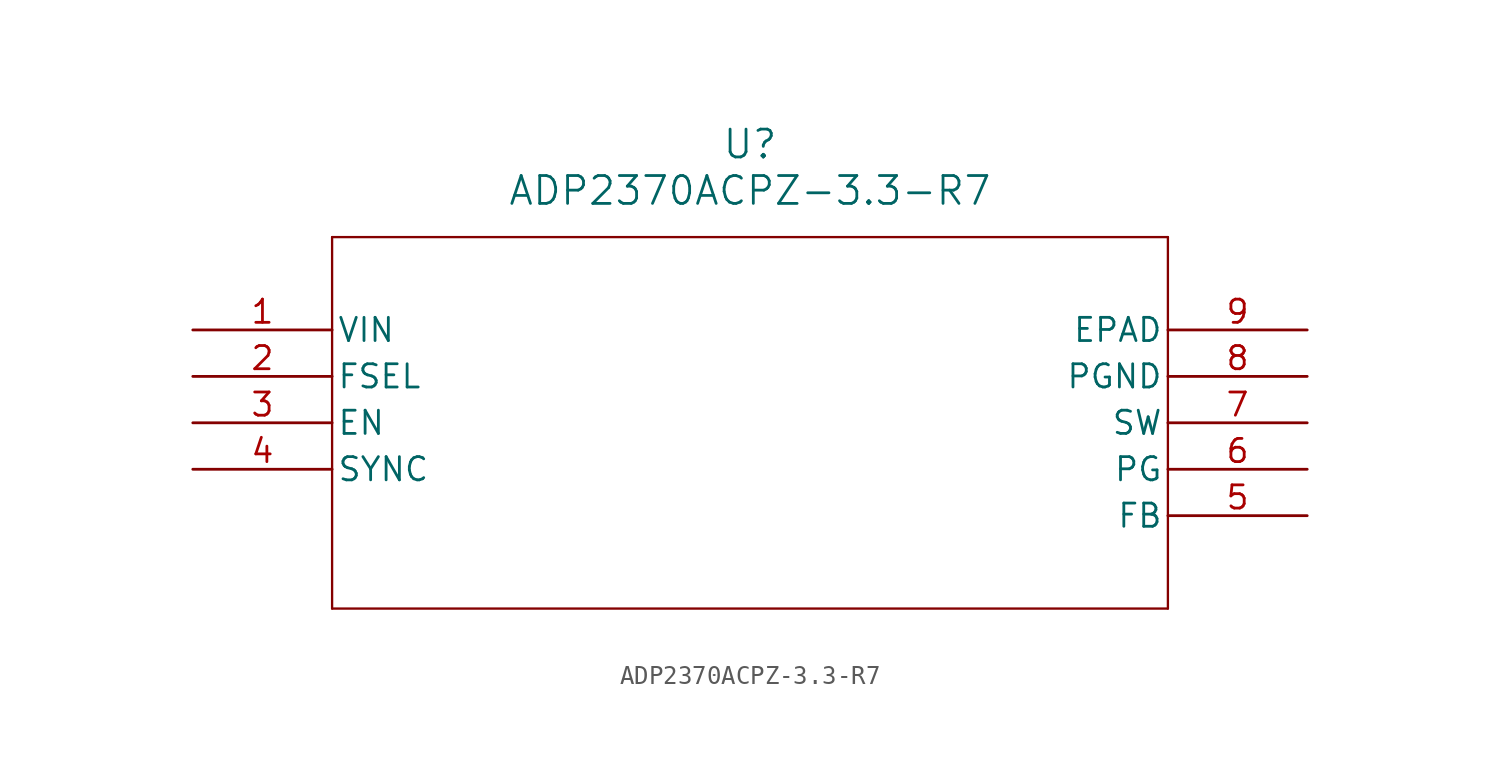
<source format=kicad_sym>
(kicad_symbol_lib
  (version 20211014)
  (generator kicad_symbol_editor)
  (symbol "ADP2370ACPZ-3.3-R7"
    (pin_names
      (offset 0.254))
    (property "Reference" "U"
      (at 30.48 10.16 0)
      (effects (font (size 1.524 1.524))))
    (property "Value" "ADP2370ACPZ-3.3-R7"
      (at 30.48 7.62 0)
      (effects (font (size 1.524 1.524))))
    (symbol "ADP2370ACPZ-3.3-R7_0_1"
      (polyline (pts (xy 7.62 5.08) (xy 7.62 -15.24)) (stroke (width 0.127) (type default) (color 0 0 0 0)) (fill (type none)))
      (polyline (pts (xy 7.62 -15.24) (xy 53.34 -15.24)) (stroke (width 0.127) (type default) (color 0 0 0 0)) (fill (type none)))
      (polyline (pts (xy 53.34 -15.24) (xy 53.34 5.08)) (stroke (width 0.127) (type default) (color 0 0 0 0)) (fill (type none)))
      (polyline (pts (xy 53.34 5.08) (xy 7.62 5.08)) (stroke (width 0.127) (type default) (color 0 0 0 0)) (fill (type none)))
      (pin input line (at 0 0 0) (length 7.62) (name "VIN" (effects (font (size 1.27 1.27)))) (number "1" (effects (font (size 1.27 1.27)))))
      (pin unspecified line (at 0 -2.54 0) (length 7.62) (name "FSEL" (effects (font (size 1.27 1.27)))) (number "2" (effects (font (size 1.27 1.27)))))
      (pin input line (at 0 -5.08 0) (length 7.62) (name "EN" (effects (font (size 1.27 1.27)))) (number "3" (effects (font (size 1.27 1.27)))))
      (pin unspecified line (at 0 -7.62 0) (length 7.62) (name "SYNC" (effects (font (size 1.27 1.27)))) (number "4" (effects (font (size 1.27 1.27)))))
      (pin output line (at 60.96 -10.16 180) (length 7.62) (name "FB" (effects (font (size 1.27 1.27)))) (number "5" (effects (font (size 1.27 1.27)))))
      (pin output line (at 60.96 -7.62 180) (length 7.62) (name "PG" (effects (font (size 1.27 1.27)))) (number "6" (effects (font (size 1.27 1.27)))))
      (pin unspecified line (at 60.96 -5.08 180) (length 7.62) (name "SW" (effects (font (size 1.27 1.27)))) (number "7" (effects (font (size 1.27 1.27)))))
      (pin power_in line (at 60.96 -2.54 180) (length 7.62) (name "PGND" (effects (font (size 1.27 1.27)))) (number "8" (effects (font (size 1.27 1.27)))))
      (pin unspecified line (at 60.96 0 180) (length 7.62) (name "EPAD" (effects (font (size 1.27 1.27)))) (number "9" (effects (font (size 1.27 1.27))))))))
</source>
